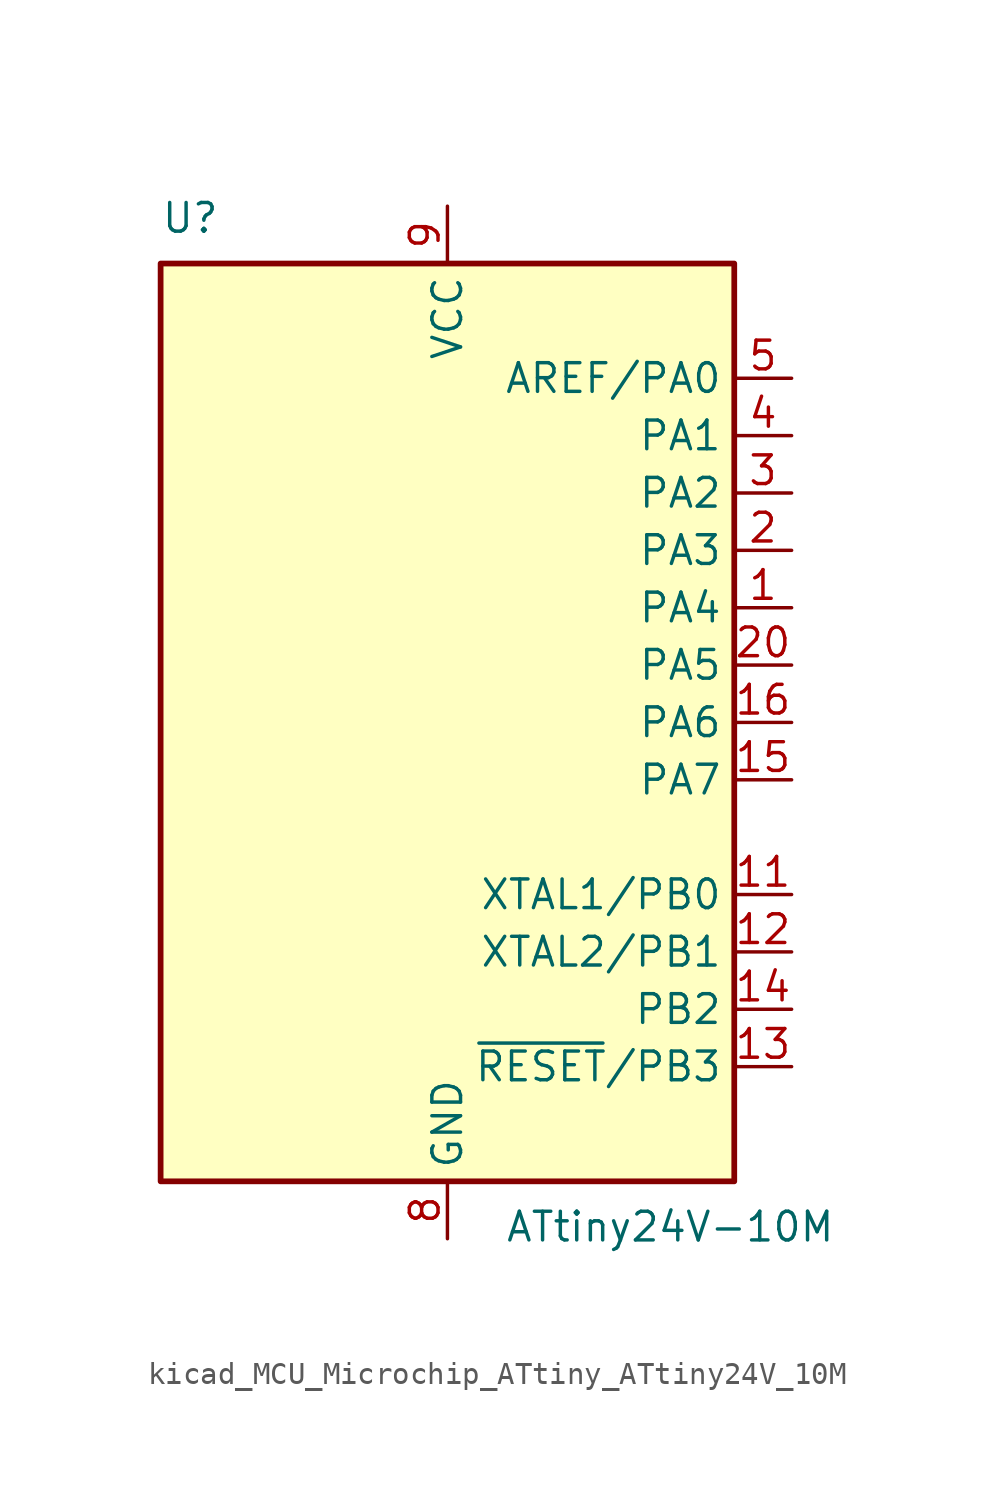
<source format=kicad_sym>
(kicad_symbol_lib
  (version 20220914)
  (generator kicad_symbol_editor)
  (symbol "kicad_MCU_Microchip_ATtiny_ATtiny24V_10M"
    (property "Reference" "U"
      (at -12.7 21.59 0)
      (effects (font (size 1.27 1.27)) (justify left bottom)))
    (property "Value" "ATtiny24V-10M"
      (at 2.54 -21.59 0)
      (effects (font (size 1.27 1.27)) (justify left top)))
    (symbol "kicad_MCU_Microchip_ATtiny_ATtiny24V_10M_0_1"
      (rectangle (start -12.7 -20.32) (end 12.7 20.32) (stroke (width 0.254) (type default)) (fill (type background))))
    (symbol "kicad_MCU_Microchip_ATtiny_ATtiny24V_10M_1_1"
      (pin bidirectional line (at 15.24 5.08 180) (length 2.54) (name "PA4" (effects (font (size 1.27 1.27)))) (number "1" (effects (font (size 1.27 1.27)))))
      (pin no_connect line (at -12.7 -10.16 0) (length 2.54) hide (name "NC" (effects (font (size 1.27 1.27)))) (number "10" (effects (font (size 1.27 1.27)))))
      (pin bidirectional line (at 15.24 -7.62 180) (length 2.54) (name "XTAL1/PB0" (effects (font (size 1.27 1.27)))) (number "11" (effects (font (size 1.27 1.27)))))
      (pin bidirectional line (at 15.24 -10.16 180) (length 2.54) (name "XTAL2/PB1" (effects (font (size 1.27 1.27)))) (number "12" (effects (font (size 1.27 1.27)))))
      (pin bidirectional line (at 15.24 -15.24 180) (length 2.54) (name "~{RESET}/PB3" (effects (font (size 1.27 1.27)))) (number "13" (effects (font (size 1.27 1.27)))))
      (pin bidirectional line (at 15.24 -12.7 180) (length 2.54) (name "PB2" (effects (font (size 1.27 1.27)))) (number "14" (effects (font (size 1.27 1.27)))))
      (pin bidirectional line (at 15.24 -2.54 180) (length 2.54) (name "PA7" (effects (font (size 1.27 1.27)))) (number "15" (effects (font (size 1.27 1.27)))))
      (pin bidirectional line (at 15.24 0 180) (length 2.54) (name "PA6" (effects (font (size 1.27 1.27)))) (number "16" (effects (font (size 1.27 1.27)))))
      (pin no_connect line (at -12.7 -12.7 0) (length 2.54) hide (name "NC" (effects (font (size 1.27 1.27)))) (number "17" (effects (font (size 1.27 1.27)))))
      (pin no_connect line (at -12.7 -15.24 0) (length 2.54) hide (name "NC" (effects (font (size 1.27 1.27)))) (number "18" (effects (font (size 1.27 1.27)))))
      (pin no_connect line (at -12.7 -17.78 0) (length 2.54) hide (name "NC" (effects (font (size 1.27 1.27)))) (number "19" (effects (font (size 1.27 1.27)))))
      (pin bidirectional line (at 15.24 7.62 180) (length 2.54) (name "PA3" (effects (font (size 1.27 1.27)))) (number "2" (effects (font (size 1.27 1.27)))))
      (pin bidirectional line (at 15.24 2.54 180) (length 2.54) (name "PA5" (effects (font (size 1.27 1.27)))) (number "20" (effects (font (size 1.27 1.27)))))
      (pin passive line (at 0 -22.86 90) (length 2.54) hide (name "GND" (effects (font (size 1.27 1.27)))) (number "21" (effects (font (size 1.27 1.27)))))
      (pin bidirectional line (at 15.24 10.16 180) (length 2.54) (name "PA2" (effects (font (size 1.27 1.27)))) (number "3" (effects (font (size 1.27 1.27)))))
      (pin bidirectional line (at 15.24 12.7 180) (length 2.54) (name "PA1" (effects (font (size 1.27 1.27)))) (number "4" (effects (font (size 1.27 1.27)))))
      (pin bidirectional line (at 15.24 15.24 180) (length 2.54) (name "AREF/PA0" (effects (font (size 1.27 1.27)))) (number "5" (effects (font (size 1.27 1.27)))))
      (pin no_connect line (at -12.7 -5.08 0) (length 2.54) hide (name "NC" (effects (font (size 1.27 1.27)))) (number "6" (effects (font (size 1.27 1.27)))))
      (pin no_connect line (at -12.7 -7.62 0) (length 2.54) hide (name "NC" (effects (font (size 1.27 1.27)))) (number "7" (effects (font (size 1.27 1.27)))))
      (pin power_in line (at 0 -22.86 90) (length 2.54) (name "GND" (effects (font (size 1.27 1.27)))) (number "8" (effects (font (size 1.27 1.27)))))
      (pin power_in line (at 0 22.86 270) (length 2.54) (name "VCC" (effects (font (size 1.27 1.27)))) (number "9" (effects (font (size 1.27 1.27))))))))
</source>
